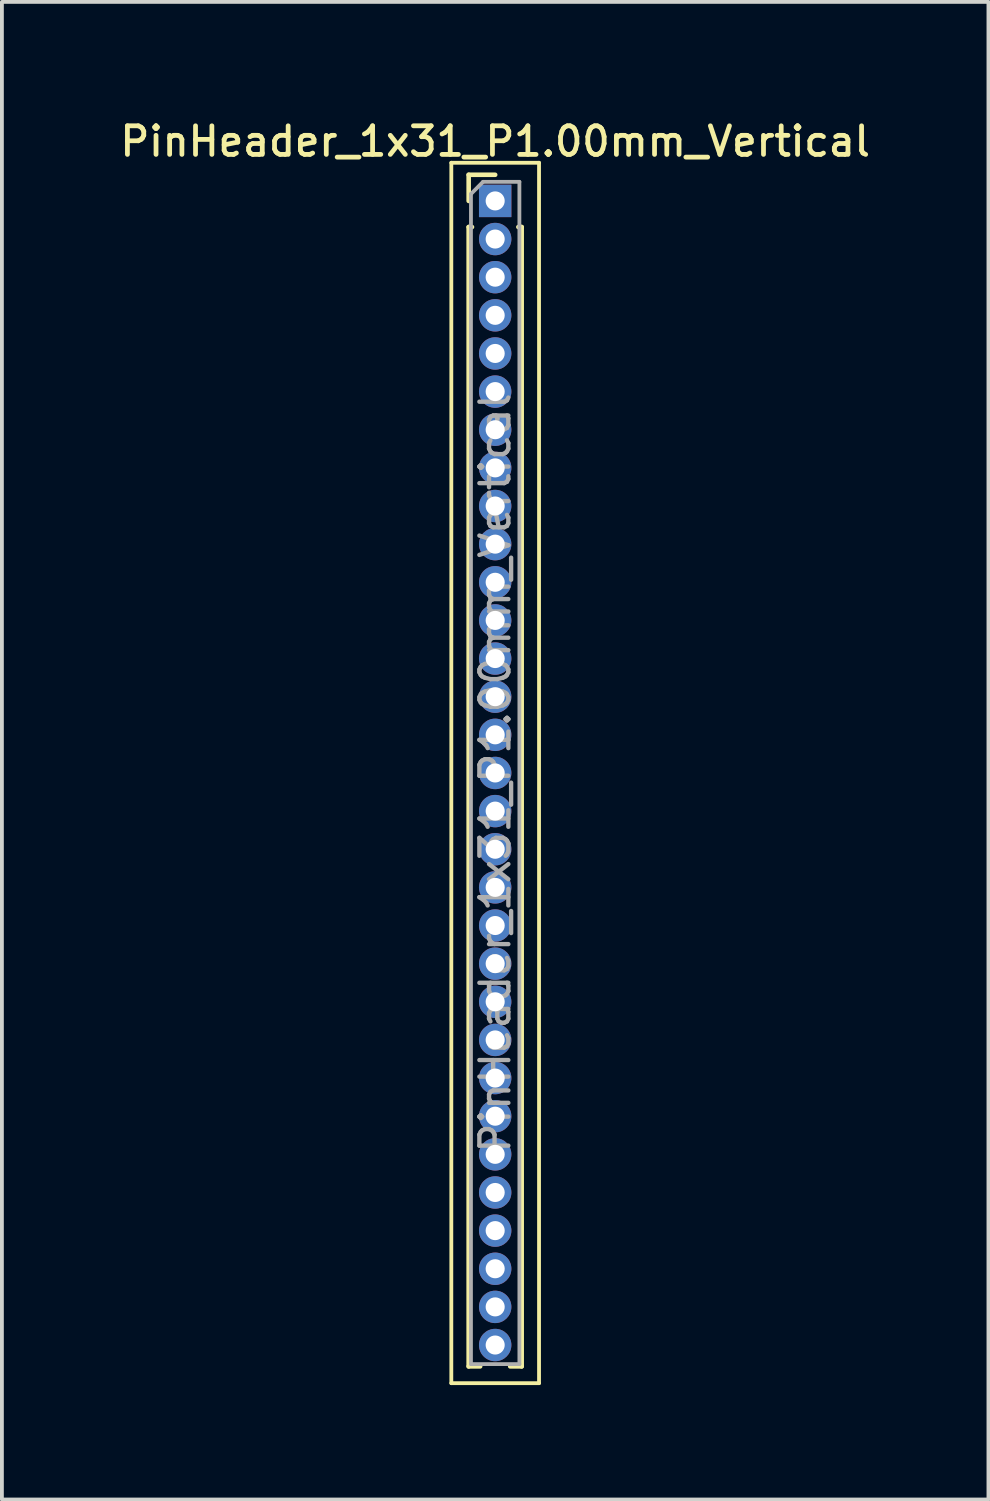
<source format=kicad_pcb>
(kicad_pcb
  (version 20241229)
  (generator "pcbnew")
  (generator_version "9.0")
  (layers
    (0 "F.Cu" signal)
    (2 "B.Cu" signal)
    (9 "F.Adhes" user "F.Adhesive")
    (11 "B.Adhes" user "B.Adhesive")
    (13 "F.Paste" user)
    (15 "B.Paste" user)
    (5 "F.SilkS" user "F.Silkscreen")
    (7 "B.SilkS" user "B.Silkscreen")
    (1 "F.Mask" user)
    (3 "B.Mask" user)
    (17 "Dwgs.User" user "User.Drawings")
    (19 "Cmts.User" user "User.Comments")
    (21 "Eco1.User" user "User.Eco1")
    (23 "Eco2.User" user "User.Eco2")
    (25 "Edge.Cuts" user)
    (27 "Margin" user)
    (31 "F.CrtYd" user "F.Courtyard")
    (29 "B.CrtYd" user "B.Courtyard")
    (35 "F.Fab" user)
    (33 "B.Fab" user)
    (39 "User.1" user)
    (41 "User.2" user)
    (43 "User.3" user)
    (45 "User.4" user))
  (footprint "PinHeader_1x31_P1.00mm_Vertical"
    (layer "F.Cu")
    (at 9.934 2.218)
    (property "Reference" "PinHeader_1x31_P1.00mm_Vertical" (at 0 -1.56 0) (layer "F.SilkS") (effects (font (size 0.75 0.75) (thickness 0.125))))
    (attr through_hole)
    (fp_line (start -1.15 -1) (end -1.15 31) (stroke (width 0.1) (type solid)) (layer "F.SilkS"))
    (fp_line (start -1.15 31) (end 1.15 31) (stroke (width 0.1) (type solid)) (layer "F.SilkS"))
    (fp_line (start -0.695 -0.685) (end 0 -0.685) (stroke (width 0.12) (type solid)) (layer "F.SilkS"))
    (fp_line (start -0.695 0) (end -0.695 -0.685) (stroke (width 0.12) (type solid)) (layer "F.SilkS"))
    (fp_line (start -0.695 0.685) (end -0.695 30.56) (stroke (width 0.12) (type solid)) (layer "F.SilkS"))
    (fp_line (start -0.695 0.685) (end -0.608 0.685) (stroke (width 0.12) (type solid)) (layer "F.SilkS"))
    (fp_line (start -0.695 30.56) (end -0.394 30.56) (stroke (width 0.12) (type solid)) (layer "F.SilkS"))
    (fp_line (start 0.394 30.56) (end 0.695 30.56) (stroke (width 0.12) (type solid)) (layer "F.SilkS"))
    (fp_line (start 0.608 0.685) (end 0.695 0.685) (stroke (width 0.12) (type solid)) (layer "F.SilkS"))
    (fp_line (start 0.695 0.685) (end 0.695 30.56) (stroke (width 0.12) (type solid)) (layer "F.SilkS"))
    (fp_line (start 1.15 -1) (end -1.15 -1) (stroke (width 0.1) (type solid)) (layer "F.SilkS"))
    (fp_line (start 1.15 31) (end 1.15 -1) (stroke (width 0.1) (type solid)) (layer "F.SilkS"))
    (fp_line (start -0.635 -0.182) (end -0.318 -0.5) (stroke (width 0.1) (type solid)) (layer "F.Fab"))
    (fp_line (start -0.635 30.5) (end -0.635 -0.182) (stroke (width 0.1) (type solid)) (layer "F.Fab"))
    (fp_line (start -0.318 -0.5) (end 0.635 -0.5) (stroke (width 0.1) (type solid)) (layer "F.Fab"))
    (fp_line (start 0.635 -0.5) (end 0.635 30.5) (stroke (width 0.1) (type solid)) (layer "F.Fab"))
    (fp_line (start 0.635 30.5) (end -0.635 30.5) (stroke (width 0.1) (type solid)) (layer "F.Fab"))
    (fp_text user "${REFERENCE}" (at 0 15 90) (layer "F.Fab") (effects (font (size 0.76 0.76) (thickness 0.114))))
    (pad "1" thru_hole rect (at 0 0) (size 0.85 0.85) (drill 0.5) (layers "*.Cu" "*.Mask"))
    (pad "2" thru_hole oval (at 0 1) (size 0.85 0.85) (drill 0.5) (layers "*.Cu" "*.Mask"))
    (pad "3" thru_hole oval (at 0 2) (size 0.85 0.85) (drill 0.5) (layers "*.Cu" "*.Mask"))
    (pad "4" thru_hole oval (at 0 3) (size 0.85 0.85) (drill 0.5) (layers "*.Cu" "*.Mask"))
    (pad "5" thru_hole oval (at 0 4) (size 0.85 0.85) (drill 0.5) (layers "*.Cu" "*.Mask"))
    (pad "6" thru_hole oval (at 0 5) (size 0.85 0.85) (drill 0.5) (layers "*.Cu" "*.Mask"))
    (pad "7" thru_hole oval (at 0 6) (size 0.85 0.85) (drill 0.5) (layers "*.Cu" "*.Mask"))
    (pad "8" thru_hole oval (at 0 7) (size 0.85 0.85) (drill 0.5) (layers "*.Cu" "*.Mask"))
    (pad "9" thru_hole oval (at 0 8) (size 0.85 0.85) (drill 0.5) (layers "*.Cu" "*.Mask"))
    (pad "10" thru_hole oval (at 0 9) (size 0.85 0.85) (drill 0.5) (layers "*.Cu" "*.Mask"))
    (pad "11" thru_hole oval (at 0 10) (size 0.85 0.85) (drill 0.5) (layers "*.Cu" "*.Mask"))
    (pad "12" thru_hole oval (at 0 11) (size 0.85 0.85) (drill 0.5) (layers "*.Cu" "*.Mask"))
    (pad "13" thru_hole oval (at 0 12) (size 0.85 0.85) (drill 0.5) (layers "*.Cu" "*.Mask"))
    (pad "14" thru_hole oval (at 0 13) (size 0.85 0.85) (drill 0.5) (layers "*.Cu" "*.Mask"))
    (pad "15" thru_hole oval (at 0 14) (size 0.85 0.85) (drill 0.5) (layers "*.Cu" "*.Mask"))
    (pad "16" thru_hole oval (at 0 15) (size 0.85 0.85) (drill 0.5) (layers "*.Cu" "*.Mask"))
    (pad "17" thru_hole oval (at 0 16) (size 0.85 0.85) (drill 0.5) (layers "*.Cu" "*.Mask"))
    (pad "18" thru_hole oval (at 0 17) (size 0.85 0.85) (drill 0.5) (layers "*.Cu" "*.Mask"))
    (pad "19" thru_hole oval (at 0 18) (size 0.85 0.85) (drill 0.5) (layers "*.Cu" "*.Mask"))
    (pad "20" thru_hole oval (at 0 19) (size 0.85 0.85) (drill 0.5) (layers "*.Cu" "*.Mask"))
    (pad "21" thru_hole oval (at 0 20) (size 0.85 0.85) (drill 0.5) (layers "*.Cu" "*.Mask"))
    (pad "22" thru_hole oval (at 0 21) (size 0.85 0.85) (drill 0.5) (layers "*.Cu" "*.Mask"))
    (pad "23" thru_hole oval (at 0 22) (size 0.85 0.85) (drill 0.5) (layers "*.Cu" "*.Mask"))
    (pad "24" thru_hole oval (at 0 23) (size 0.85 0.85) (drill 0.5) (layers "*.Cu" "*.Mask"))
    (pad "25" thru_hole oval (at 0 24) (size 0.85 0.85) (drill 0.5) (layers "*.Cu" "*.Mask"))
    (pad "26" thru_hole oval (at 0 25) (size 0.85 0.85) (drill 0.5) (layers "*.Cu" "*.Mask"))
    (pad "27" thru_hole oval (at 0 26) (size 0.85 0.85) (drill 0.5) (layers "*.Cu" "*.Mask"))
    (pad "28" thru_hole oval (at 0 27) (size 0.85 0.85) (drill 0.5) (layers "*.Cu" "*.Mask"))
    (pad "29" thru_hole oval (at 0 28) (size 0.85 0.85) (drill 0.5) (layers "*.Cu" "*.Mask"))
    (pad "30" thru_hole oval (at 0 29) (size 0.85 0.85) (drill 0.5) (layers "*.Cu" "*.Mask"))
    (pad "31" thru_hole oval (at 0 30) (size 0.85 0.85) (drill 0.5) (layers "*.Cu" "*.Mask")))
  (gr_rect
    (start -3 -3)
    (end 22.868 36.268)
    (stroke (width 0.1) (type default))
    (fill no)
    (layer "Edge.Cuts")))
</source>
